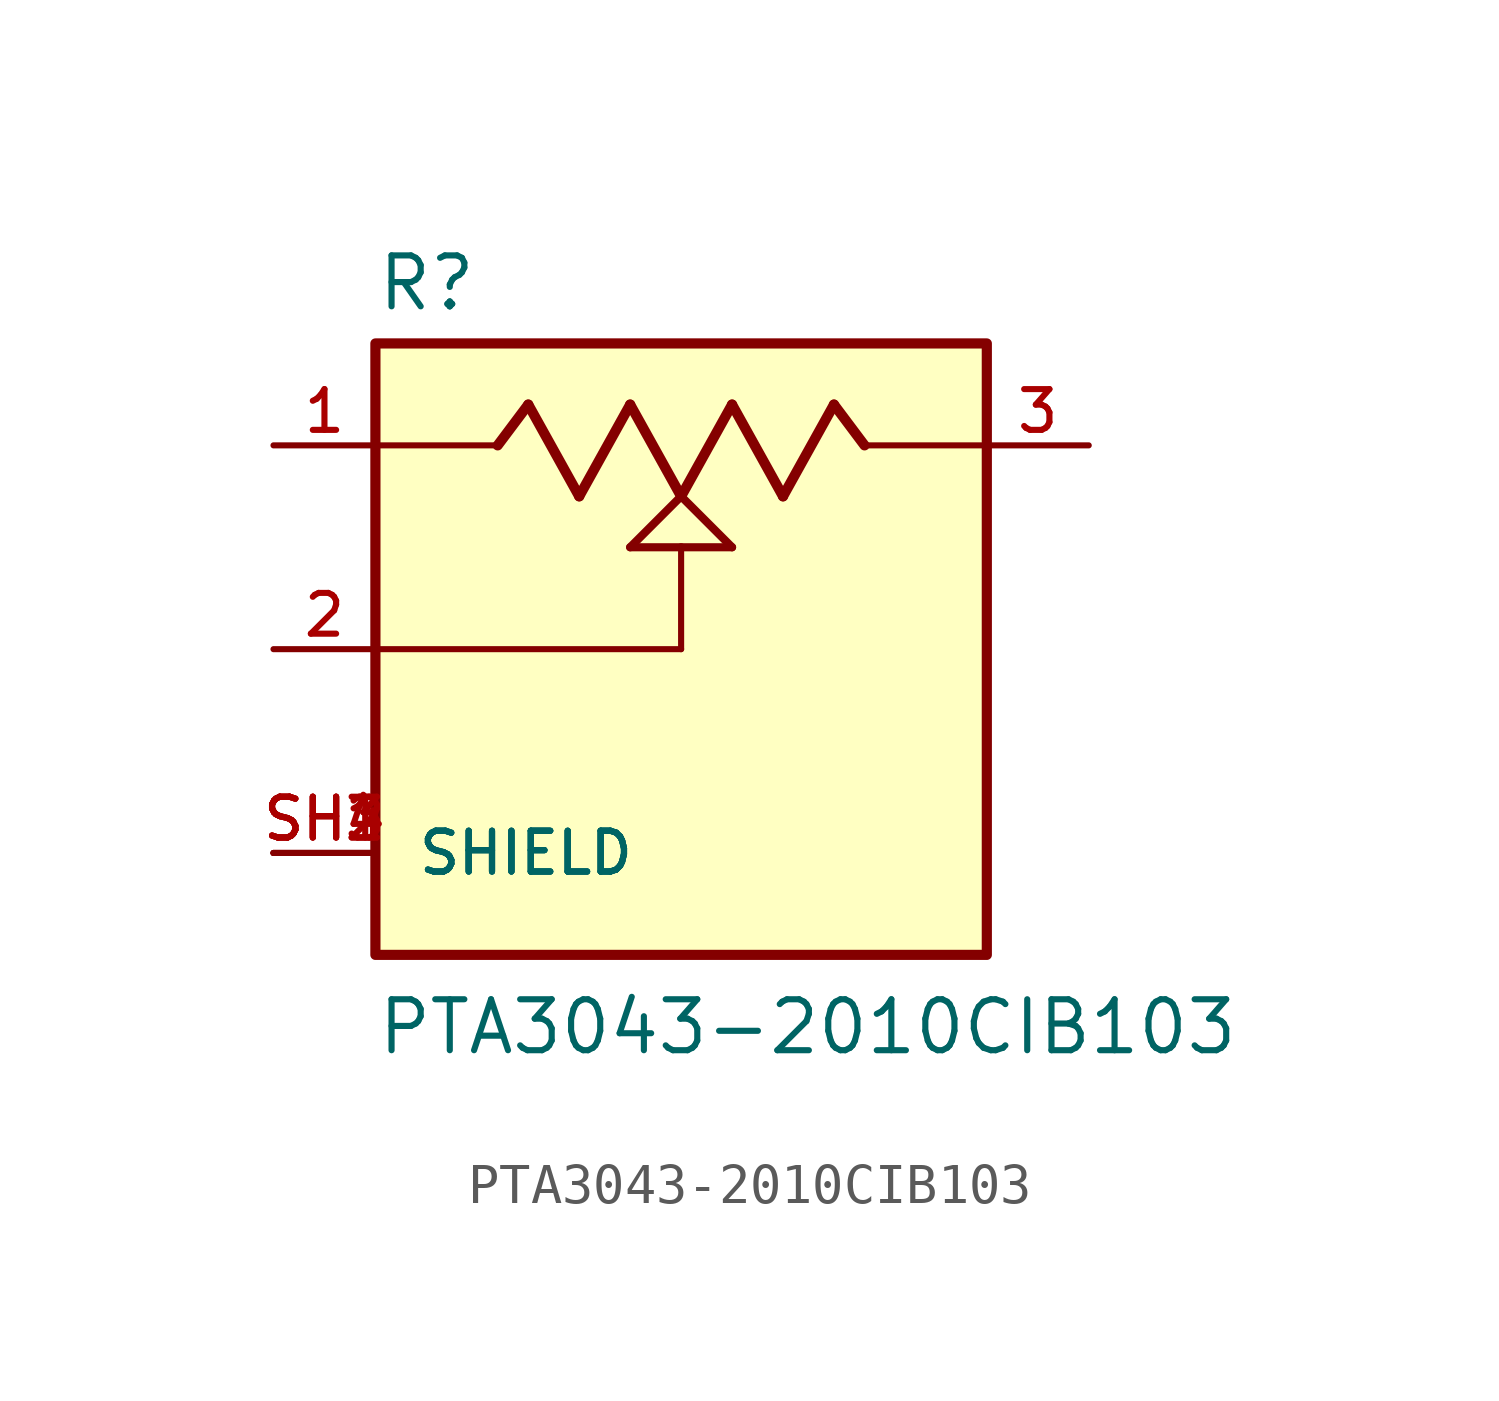
<source format=kicad_sym>
(kicad_symbol_lib
  (version 20211014)
  (generator kicad_symbol_editor)
  (symbol "PTA3043-2010CIB103"
    (pin_names
      (offset 1.016))
    (property "Reference" "R"
      (at -7.62 8.382 0)
      (effects (font (size 1.27 1.27)) (justify bottom left)))
    (property "Value" "PTA3043-2010CIB103"
      (at -7.62 -10.16 0)
      (effects (font (size 1.27 1.27)) (justify bottom left)))
    (symbol "PTA3043-2010CIB103_0_0"
      (polyline (pts (xy -7.62 5.08) (xy -4.572 5.08)) (stroke (width 0.152)))
      (polyline (pts (xy -4.572 5.08) (xy -3.81 6.096)) (stroke (width 0.254)))
      (polyline (pts (xy -3.81 6.096) (xy -2.54 3.81)) (stroke (width 0.254)))
      (polyline (pts (xy -2.54 3.81) (xy -1.27 6.096)) (stroke (width 0.254)))
      (polyline (pts (xy -1.27 6.096) (xy 0.0 3.81)) (stroke (width 0.254)))
      (polyline (pts (xy 0.0 3.81) (xy 1.27 6.096)) (stroke (width 0.254)))
      (polyline (pts (xy 1.27 6.096) (xy 2.54 3.81)) (stroke (width 0.254)))
      (polyline (pts (xy 2.54 3.81) (xy 3.81 6.096)) (stroke (width 0.254)))
      (polyline (pts (xy 3.81 6.096) (xy 4.572 5.08)) (stroke (width 0.254)))
      (polyline (pts (xy 4.572 5.08) (xy 7.62 5.08)) (stroke (width 0.152)))
      (polyline (pts (xy 0.0 3.81) (xy 1.27 2.54)) (stroke (width 0.203)))
      (polyline (pts (xy -1.27 2.54) (xy 0.0 3.81)) (stroke (width 0.203)))
      (polyline (pts (xy 1.27 2.54) (xy 0.0 2.54)) (stroke (width 0.203)))
      (polyline (pts (xy 0.0 2.54) (xy -1.27 2.54)) (stroke (width 0.203)))
      (polyline (pts (xy 0.0 2.54) (xy 0.0 0.0)) (stroke (width 0.152)))
      (polyline (pts (xy 0.0 0.0) (xy -7.62 0.0)) (stroke (width 0.152)))
      (rectangle (start -7.62 -7.62) (end 7.62 7.62) (stroke (width 0.254)) (fill (type background)))
      (pin passive line (at -10.16 5.08 0) (length 2.54) (name "~" (effects (font (size 1.016 1.016)))) (number "1" (effects (font (size 1.016 1.016)))))
      (pin passive line (at -10.16 0.0 0) (length 2.54) (name "~" (effects (font (size 1.016 1.016)))) (number "2" (effects (font (size 1.016 1.016)))))
      (pin passive line (at 10.16 5.08 180.0) (length 2.54) (name "~" (effects (font (size 1.016 1.016)))) (number "3" (effects (font (size 1.016 1.016)))))
      (pin passive line (at -10.16 -5.08 0) (length 2.54) (name "SHIELD" (effects (font (size 1.016 1.016)))) (number "SH1" (effects (font (size 1.016 1.016)))))
      (pin passive line (at -10.16 -5.08 0) (length 2.54) (name "SHIELD" (effects (font (size 1.016 1.016)))) (number "SH2" (effects (font (size 1.016 1.016)))))
      (pin passive line (at -10.16 -5.08 0) (length 2.54) (name "SHIELD" (effects (font (size 1.016 1.016)))) (number "SH3" (effects (font (size 1.016 1.016)))))
      (pin passive line (at -10.16 -5.08 0) (length 2.54) (name "SHIELD" (effects (font (size 1.016 1.016)))) (number "SH4" (effects (font (size 1.016 1.016))))))))
</source>
